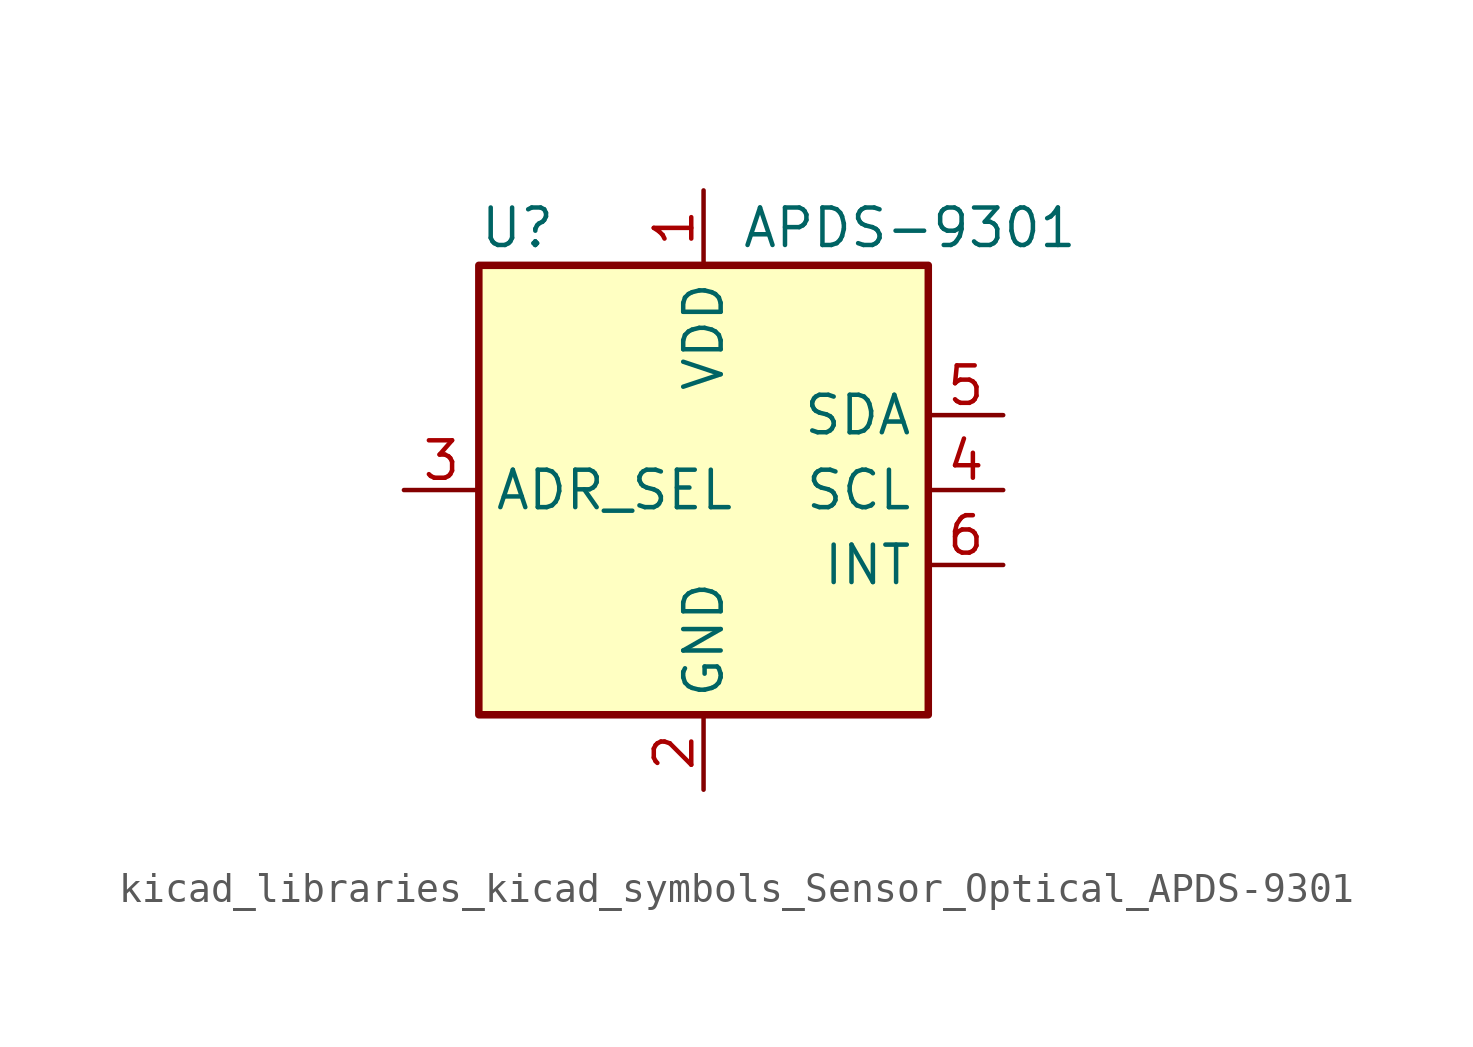
<source format=kicad_sym>
(kicad_symbol_lib
  (version 20220914)
  (generator kicad_symbol_editor)
  (symbol "kicad_libraries_kicad_symbols_Sensor_Optical_APDS-9301"
    (property "Reference" "U"
      (at -7.62 8.89 0)
      (effects (font (size 1.27 1.27)) (justify left)))
    (property "Value" "APDS-9301"
      (at 1.27 8.89 0)
      (effects (font (size 1.27 1.27)) (justify left)))
    (symbol "kicad_libraries_kicad_symbols_Sensor_Optical_APDS-9301_0_1"
      (rectangle (start -7.62 7.62) (end 7.62 -7.62) (stroke (width 0.254) (type default)) (fill (type background))))
    (symbol "kicad_libraries_kicad_symbols_Sensor_Optical_APDS-9301_1_1"
      (pin power_in line (at 0 10.16 270) (length 2.54) (name "VDD" (effects (font (size 1.27 1.27)))) (number "1" (effects (font (size 1.27 1.27)))))
      (pin power_in line (at 0 -10.16 90) (length 2.54) (name "GND" (effects (font (size 1.27 1.27)))) (number "2" (effects (font (size 1.27 1.27)))))
      (pin input line (at -10.16 0 0) (length 2.54) (name "ADR_SEL" (effects (font (size 1.27 1.27)))) (number "3" (effects (font (size 1.27 1.27)))))
      (pin input line (at 10.16 0 180) (length 2.54) (name "SCL" (effects (font (size 1.27 1.27)))) (number "4" (effects (font (size 1.27 1.27)))))
      (pin bidirectional line (at 10.16 2.54 180) (length 2.54) (name "SDA" (effects (font (size 1.27 1.27)))) (number "5" (effects (font (size 1.27 1.27)))))
      (pin open_collector line (at 10.16 -2.54 180) (length 2.54) (name "INT" (effects (font (size 1.27 1.27)))) (number "6" (effects (font (size 1.27 1.27))))))))
</source>
